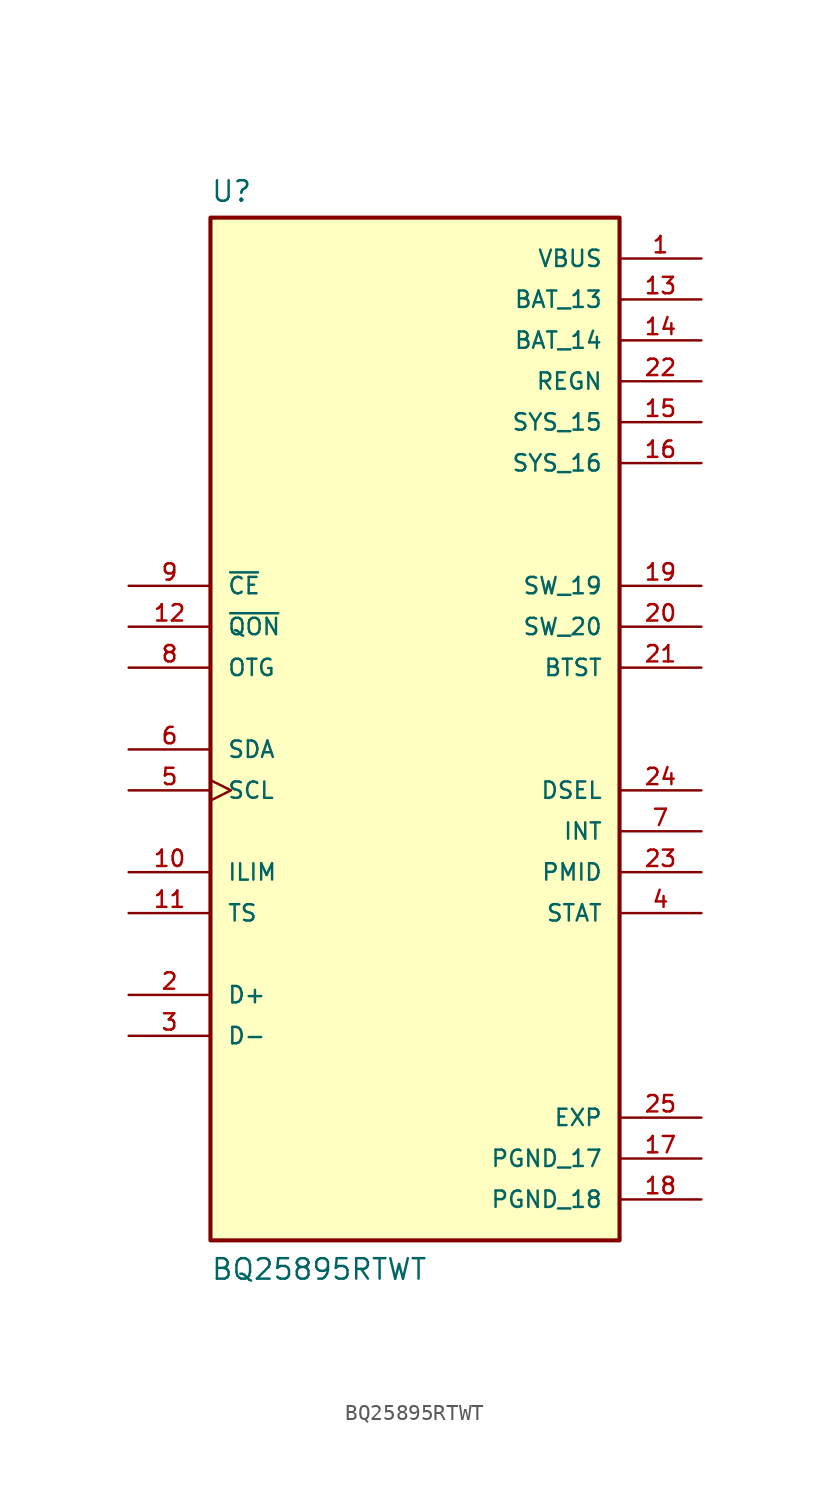
<source format=kicad_sym>
(kicad_symbol_lib
  (version 20211014)
  (generator kicad_symbol_editor)
  (symbol "BQ25895RTWT"
    (pin_names
      (offset 1.016))
    (property "Reference" "U"
      (at -12.7 31.369 0.0)
      (effects (font (size 1.27 1.27)) (justify bottom left)))
    (property "Value" "BQ25895RTWT"
      (at -12.7 -35.56 0.0)
      (effects (font (size 1.27 1.27)) (justify bottom left)))
    (symbol "BQ25895RTWT_0_0"
      (rectangle (start -12.7 -33.02) (end 12.7 30.48) (stroke (width 0.254)) (fill (type background)))
      (pin input line (at -17.78 7.62 0) (length 5.08) (name "~{CE}" (effects (font (size 1.016 1.016)))) (number "9" (effects (font (size 1.016 1.016)))))
      (pin input line (at -17.78 5.08 0) (length 5.08) (name "~{QON}" (effects (font (size 1.016 1.016)))) (number "12" (effects (font (size 1.016 1.016)))))
      (pin input line (at -17.78 -10.16 0) (length 5.08) (name "ILIM" (effects (font (size 1.016 1.016)))) (number "10" (effects (font (size 1.016 1.016)))))
      (pin input line (at -17.78 2.54 0) (length 5.08) (name "OTG" (effects (font (size 1.016 1.016)))) (number "8" (effects (font (size 1.016 1.016)))))
      (pin input clock (at -17.78 -5.08 0) (length 5.08) (name "SCL" (effects (font (size 1.016 1.016)))) (number "5" (effects (font (size 1.016 1.016)))))
      (pin input line (at -17.78 -12.7 0) (length 5.08) (name "TS" (effects (font (size 1.016 1.016)))) (number "11" (effects (font (size 1.016 1.016)))))
      (pin bidirectional line (at -17.78 -17.78 0) (length 5.08) (name "D+" (effects (font (size 1.016 1.016)))) (number "2" (effects (font (size 1.016 1.016)))))
      (pin bidirectional line (at -17.78 -20.32 0) (length 5.08) (name "D-" (effects (font (size 1.016 1.016)))) (number "3" (effects (font (size 1.016 1.016)))))
      (pin bidirectional line (at -17.78 -2.54 0) (length 5.08) (name "SDA" (effects (font (size 1.016 1.016)))) (number "6" (effects (font (size 1.016 1.016)))))
      (pin power_in line (at 17.78 27.94 180.0) (length 5.08) (name "VBUS" (effects (font (size 1.016 1.016)))) (number "1" (effects (font (size 1.016 1.016)))))
      (pin power_in line (at 17.78 25.4 180.0) (length 5.08) (name "BAT_13" (effects (font (size 1.016 1.016)))) (number "13" (effects (font (size 1.016 1.016)))))
      (pin power_in line (at 17.78 17.78 180.0) (length 5.08) (name "SYS_15" (effects (font (size 1.016 1.016)))) (number "15" (effects (font (size 1.016 1.016)))))
      (pin output line (at 17.78 7.62 180.0) (length 5.08) (name "SW_19" (effects (font (size 1.016 1.016)))) (number "19" (effects (font (size 1.016 1.016)))))
      (pin power_in line (at 17.78 22.86 180.0) (length 5.08) (name "BAT_14" (effects (font (size 1.016 1.016)))) (number "14" (effects (font (size 1.016 1.016)))))
      (pin power_in line (at 17.78 15.24 180.0) (length 5.08) (name "SYS_16" (effects (font (size 1.016 1.016)))) (number "16" (effects (font (size 1.016 1.016)))))
      (pin output line (at 17.78 5.08 180.0) (length 5.08) (name "SW_20" (effects (font (size 1.016 1.016)))) (number "20" (effects (font (size 1.016 1.016)))))
      (pin input line (at 17.78 2.54 180.0) (length 5.08) (name "BTST" (effects (font (size 1.016 1.016)))) (number "21" (effects (font (size 1.016 1.016)))))
      (pin power_in line (at 17.78 20.32 180.0) (length 5.08) (name "REGN" (effects (font (size 1.016 1.016)))) (number "22" (effects (font (size 1.016 1.016)))))
      (pin power_in line (at 17.78 -25.4 180.0) (length 5.08) (name "EXP" (effects (font (size 1.016 1.016)))) (number "25" (effects (font (size 1.016 1.016)))))
      (pin output line (at 17.78 -5.08 180.0) (length 5.08) (name "DSEL" (effects (font (size 1.016 1.016)))) (number "24" (effects (font (size 1.016 1.016)))))
      (pin output line (at 17.78 -7.62 180.0) (length 5.08) (name "INT" (effects (font (size 1.016 1.016)))) (number "7" (effects (font (size 1.016 1.016)))))
      (pin output line (at 17.78 -10.16 180.0) (length 5.08) (name "PMID" (effects (font (size 1.016 1.016)))) (number "23" (effects (font (size 1.016 1.016)))))
      (pin output line (at 17.78 -12.7 180.0) (length 5.08) (name "STAT" (effects (font (size 1.016 1.016)))) (number "4" (effects (font (size 1.016 1.016)))))
      (pin power_in line (at 17.78 -27.94 180.0) (length 5.08) (name "PGND_17" (effects (font (size 1.016 1.016)))) (number "17" (effects (font (size 1.016 1.016)))))
      (pin power_in line (at 17.78 -30.48 180.0) (length 5.08) (name "PGND_18" (effects (font (size 1.016 1.016)))) (number "18" (effects (font (size 1.016 1.016))))))))
</source>
